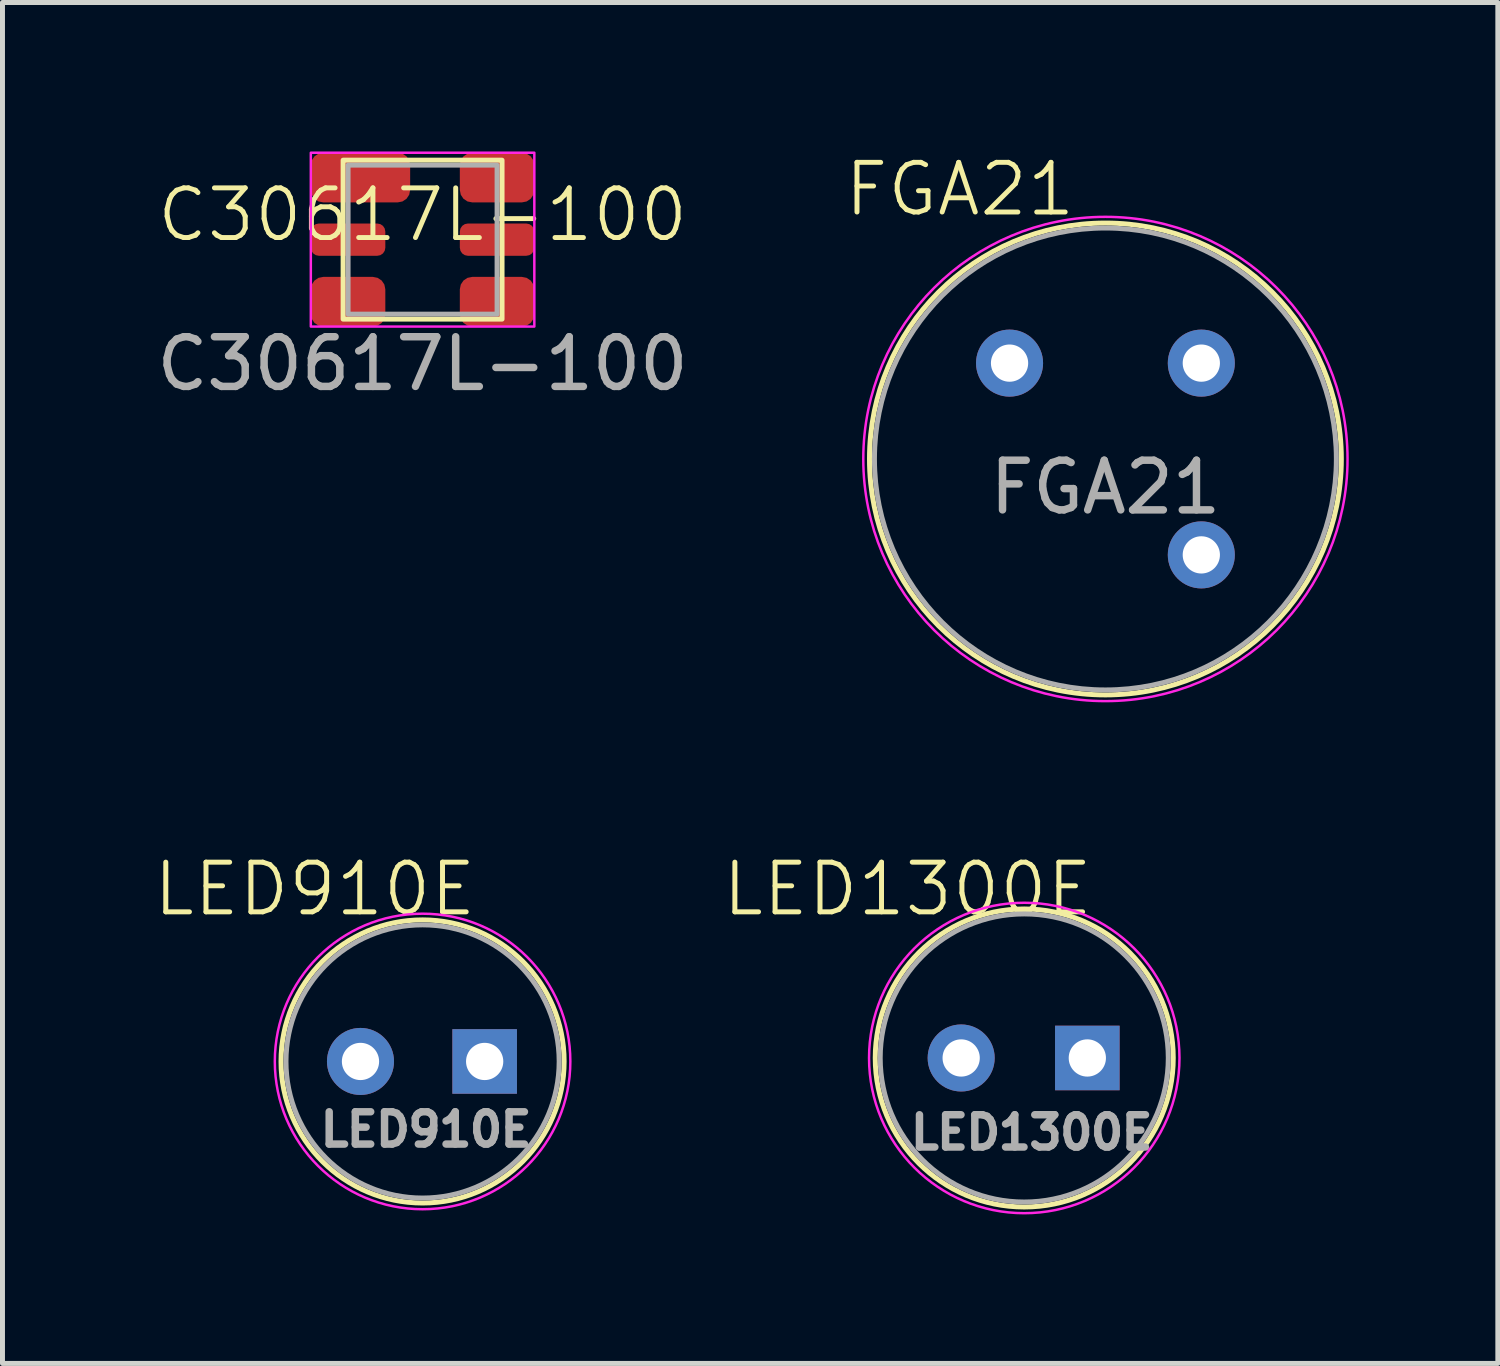
<source format=kicad_pcb>
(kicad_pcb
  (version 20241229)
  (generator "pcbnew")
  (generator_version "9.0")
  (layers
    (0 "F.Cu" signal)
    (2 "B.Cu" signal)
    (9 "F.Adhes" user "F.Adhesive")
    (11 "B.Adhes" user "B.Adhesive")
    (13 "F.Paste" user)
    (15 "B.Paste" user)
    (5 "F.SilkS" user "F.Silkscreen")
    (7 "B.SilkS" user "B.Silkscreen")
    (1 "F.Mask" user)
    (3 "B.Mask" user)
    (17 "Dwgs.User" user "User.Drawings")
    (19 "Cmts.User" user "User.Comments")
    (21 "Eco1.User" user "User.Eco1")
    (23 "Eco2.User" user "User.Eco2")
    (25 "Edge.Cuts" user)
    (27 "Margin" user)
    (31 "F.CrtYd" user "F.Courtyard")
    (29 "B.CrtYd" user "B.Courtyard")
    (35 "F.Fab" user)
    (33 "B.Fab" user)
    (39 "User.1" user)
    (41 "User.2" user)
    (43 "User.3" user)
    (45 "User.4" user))
  (footprint "LED1300E"
    (layer "F.Cu")
    (at 17.572 18.251)
    (property "Reference" "LED1300E" (at -2.35 -3.4 0) (unlocked yes) (layer "F.SilkS") (effects (font (size 1 1) (thickness 0.1))))
    (attr through_hole)
    (fp_circle (center 0 0) (end 3 0) (stroke (width 0.1) (type default)) (fill no) (layer "F.SilkS"))
    (fp_circle (center 0 0) (end 3.125 0) (stroke (width 0.05) (type default)) (fill no) (layer "F.CrtYd"))
    (fp_circle (center 0 0) (end 2.9 0) (stroke (width 0.1) (type default)) (fill no) (layer "F.Fab"))
    (fp_text user "${REFERENCE}" (at 0.15 1.5 0) (unlocked yes) (layer "F.Fab") (effects (font (size 0.65 0.65) (thickness 0.15))))
    (pad "1" thru_hole circle (at -1.27 0) (size 1.35 1.35) (drill 0.75) (layers "*.Cu" "*.Mask"))
    (pad "2" thru_hole rect (at 1.27 0) (size 1.3 1.3) (drill 0.75) (layers "*.Cu" "*.Mask")))
  (footprint "FGA21"
    (layer "F.Cu")
    (at 17.276 4.261)
    (property "Reference" "FGA21" (at -1 -3.5 0) (unlocked yes) (layer "F.SilkS") (effects (font (size 1 1) (thickness 0.1))))
    (attr through_hole)
    (fp_circle (center 1.93 1.93) (end 6.68 1.93) (stroke (width 0.1) (type default)) (fill no) (layer "F.SilkS"))
    (fp_circle (center 1.93 1.93) (end 6.805 1.93) (stroke (width 0.05) (type default)) (fill no) (layer "F.CrtYd"))
    (fp_circle (center 1.93 1.93) (end 6.58 1.93) (stroke (width 0.1) (type default)) (fill no) (layer "F.Fab"))
    (fp_text user "${REFERENCE}" (at 1.93 2.5 0) (unlocked yes) (layer "F.Fab") (effects (font (size 1 1) (thickness 0.15))))
    (pad "1" thru_hole circle (at 0 0) (size 1.35 1.35) (drill 0.75) (layers "*.Cu" "*.Mask"))
    (pad "2" thru_hole circle (at 3.861 0) (size 1.35 1.35) (drill 0.75) (layers "*.Cu" "*.Mask"))
    (pad "3" thru_hole circle (at 3.861 3.861) (size 1.35 1.35) (drill 0.75) (layers "*.Cu" "*.Mask")))
  (footprint "LED910E"
    (layer "F.Cu")
    (at 5.458 18.321)
    (property "Reference" "LED910E" (at -2.17 -3.47 0) (unlocked yes) (layer "F.SilkS") (effects (font (size 1 1) (thickness 0.1))))
    (attr through_hole)
    (fp_circle (center 0 0) (end 2.85 0) (stroke (width 0.1) (type default)) (fill no) (layer "F.SilkS"))
    (fp_circle (center 0 0) (end 2.975 0) (stroke (width 0.05) (type default)) (fill no) (layer "F.CrtYd"))
    (fp_circle (center 0 0) (end 2.75 0) (stroke (width 0.1) (type default)) (fill no) (layer "F.Fab"))
    (fp_text user "${REFERENCE}" (at 0.07 1.37 0) (unlocked yes) (layer "F.Fab") (effects (font (size 0.65 0.65) (thickness 0.15))))
    (pad "1" thru_hole circle (at -1.25 0) (size 1.35 1.35) (drill 0.75) (layers "*.Cu" "*.Mask"))
    (pad "2" thru_hole rect (at 1.25 0) (size 1.3 1.3) (drill 0.75) (layers "*.Cu" "*.Mask")))
  (footprint "C30617L-100"
    (layer "F.Cu")
    (at 5.458 1.775)
    (property "Reference" "C30617L-100" (at 0 -0.5 0) (unlocked yes) (layer "F.SilkS") (effects (font (size 1 1) (thickness 0.1))))
    (attr smd)
    (fp_rect (start -1.6 -1.6) (end 1.6 1.6) (stroke (width 0.1) (type default)) (fill no) (layer "F.SilkS"))
    (fp_rect (start -2.25 -1.75) (end 2.25 1.75) (stroke (width 0.05) (type default)) (fill no) (layer "F.CrtYd"))
    (fp_rect (start -1.5 1.5) (end 1.5 -1.5) (stroke (width 0.1) (type default)) (fill no) (layer "F.Fab"))
    (fp_text user "${REFERENCE}" (at 0 2.5 0) (unlocked yes) (layer "F.Fab") (effects (font (size 1 1) (thickness 0.15))))
    (pad "1" smd roundrect (at -1.25 -1.25) (size 2 1) (layers "F.Cu" "F.Mask" "F.Paste") (roundrect_rratio 0.25))
    (pad "2" smd roundrect (at -1.5 0) (size 1.5 0.65) (layers "F.Cu" "F.Mask" "F.Paste") (roundrect_rratio 0.25))
    (pad "3" smd roundrect (at -1.5 1.25) (size 1.5 1) (layers "F.Cu" "F.Mask" "F.Paste") (roundrect_rratio 0.25))
    (pad "4" smd roundrect (at 1.5 1.25) (size 1.5 1) (layers "F.Cu" "F.Mask" "F.Paste") (roundrect_rratio 0.25))
    (pad "5" smd roundrect (at 1.5 0) (size 1.5 0.65) (layers "F.Cu" "F.Mask" "F.Paste") (roundrect_rratio 0.25))
    (pad "6" smd roundrect (at 1.5 -1.25) (size 1.5 1) (layers "F.Cu" "F.Mask" "F.Paste") (roundrect_rratio 0.25)))
  (gr_rect
    (start -3 -3)
    (end 27.107 24.401)
    (stroke (width 0.1) (type default))
    (fill no)
    (layer "Edge.Cuts")))
</source>
